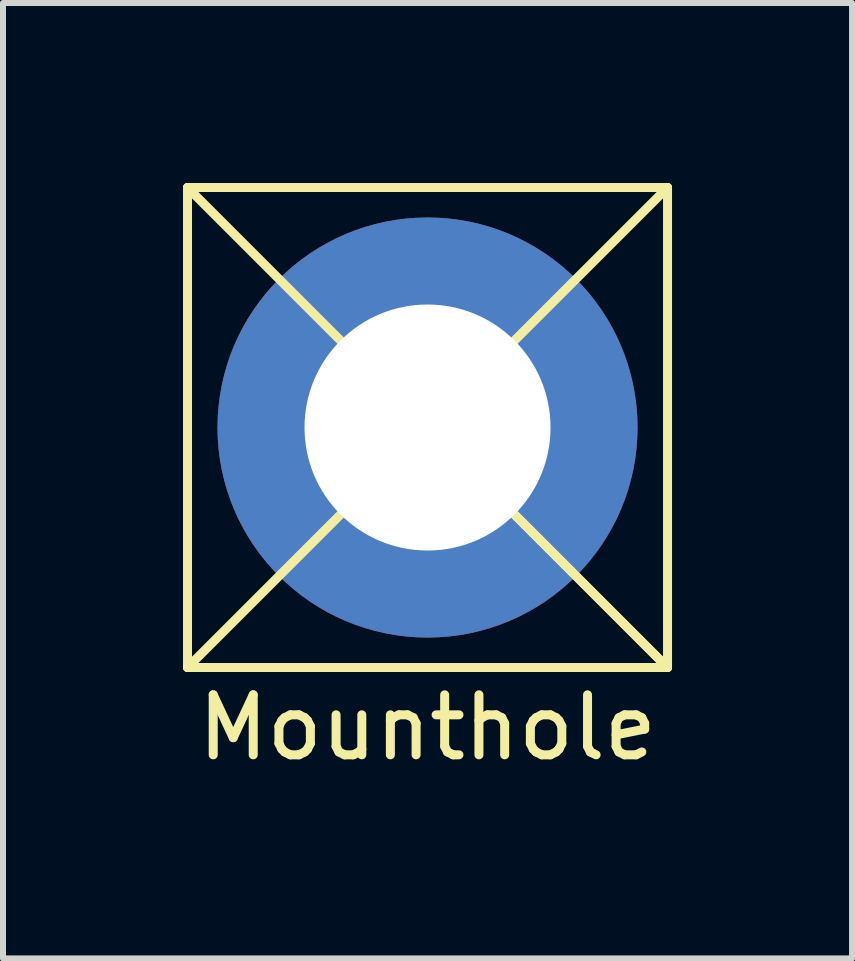
<source format=kicad_pcb>
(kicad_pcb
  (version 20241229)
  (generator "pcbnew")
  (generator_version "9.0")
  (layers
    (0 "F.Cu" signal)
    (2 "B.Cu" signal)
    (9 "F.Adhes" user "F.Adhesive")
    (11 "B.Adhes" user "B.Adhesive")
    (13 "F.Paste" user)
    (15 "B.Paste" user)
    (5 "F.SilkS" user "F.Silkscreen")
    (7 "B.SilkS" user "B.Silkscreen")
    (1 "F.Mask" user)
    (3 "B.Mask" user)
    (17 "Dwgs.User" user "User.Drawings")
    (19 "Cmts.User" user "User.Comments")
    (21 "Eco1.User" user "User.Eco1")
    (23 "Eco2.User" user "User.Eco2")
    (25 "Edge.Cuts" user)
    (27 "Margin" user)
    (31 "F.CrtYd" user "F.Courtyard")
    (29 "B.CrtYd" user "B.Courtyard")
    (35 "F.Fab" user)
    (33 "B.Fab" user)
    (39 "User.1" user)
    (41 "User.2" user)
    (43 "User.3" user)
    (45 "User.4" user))
  (footprint "Mounthole"
    (layer "F.Cu")
    (at 4.075 4.075)
    (property "Reference" "Mounthole" (at 0 5 0) (layer "F.SilkS") (effects (font (size 1 1) (thickness 0.15))))
    (attr through_hole)
    (fp_line (start -4 -4) (end -4 4) (stroke (width 0.15) (type solid)) (layer "F.SilkS"))
    (fp_line (start -4 -4) (end 4 4) (stroke (width 0.15) (type solid)) (layer "F.SilkS"))
    (fp_line (start -4 4) (end 4 4) (stroke (width 0.15) (type solid)) (layer "F.SilkS"))
    (fp_line (start 0 -4) (end -4 -4) (stroke (width 0.15) (type solid)) (layer "F.SilkS"))
    (fp_line (start 4 -4) (end -4 4) (stroke (width 0.15) (type solid)) (layer "F.SilkS"))
    (fp_line (start 4 -4) (end 0 -4) (stroke (width 0.15) (type solid)) (layer "F.SilkS"))
    (fp_line (start 4 4) (end 0 0) (stroke (width 0.15) (type solid)) (layer "F.SilkS"))
    (fp_line (start 4 4) (end 4 -4) (stroke (width 0.15) (type solid)) (layer "F.SilkS"))
    (pad "1" thru_hole circle (at 0 0) (size 7 7) (drill 4.1) (layers "*.Cu" "*.Mask")))
  (gr_rect
    (start -3 -3)
    (end 11.15 12.923)
    (stroke (width 0.1) (type default))
    (fill no)
    (layer "Edge.Cuts")))
</source>
